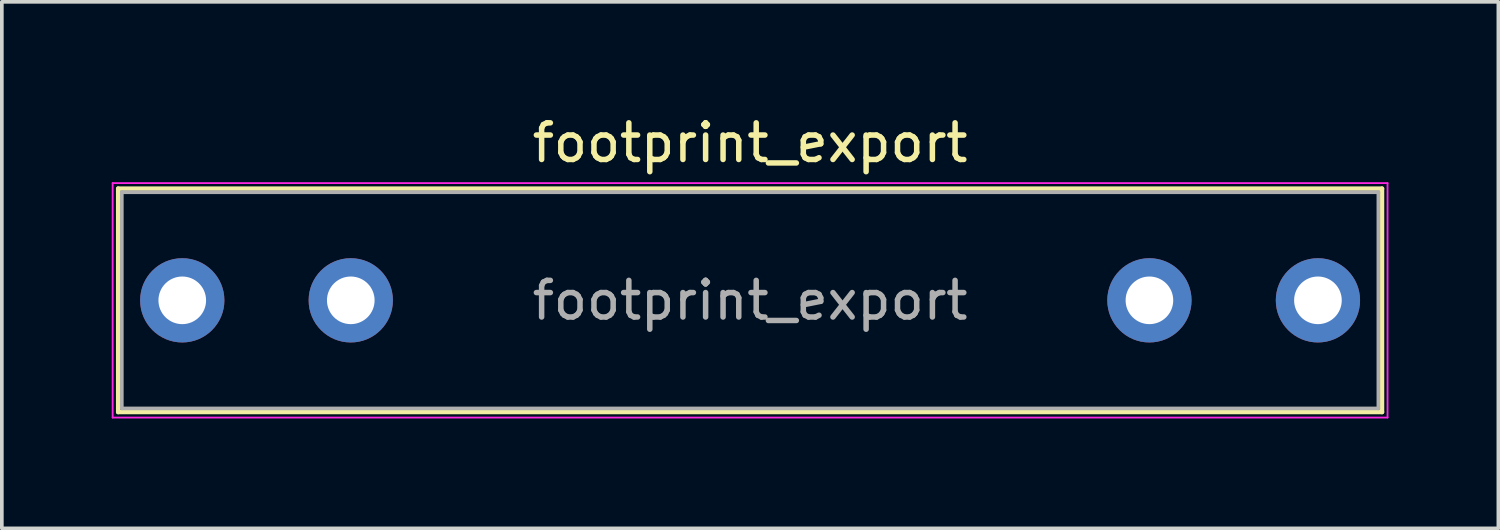
<source format=kicad_pcb>
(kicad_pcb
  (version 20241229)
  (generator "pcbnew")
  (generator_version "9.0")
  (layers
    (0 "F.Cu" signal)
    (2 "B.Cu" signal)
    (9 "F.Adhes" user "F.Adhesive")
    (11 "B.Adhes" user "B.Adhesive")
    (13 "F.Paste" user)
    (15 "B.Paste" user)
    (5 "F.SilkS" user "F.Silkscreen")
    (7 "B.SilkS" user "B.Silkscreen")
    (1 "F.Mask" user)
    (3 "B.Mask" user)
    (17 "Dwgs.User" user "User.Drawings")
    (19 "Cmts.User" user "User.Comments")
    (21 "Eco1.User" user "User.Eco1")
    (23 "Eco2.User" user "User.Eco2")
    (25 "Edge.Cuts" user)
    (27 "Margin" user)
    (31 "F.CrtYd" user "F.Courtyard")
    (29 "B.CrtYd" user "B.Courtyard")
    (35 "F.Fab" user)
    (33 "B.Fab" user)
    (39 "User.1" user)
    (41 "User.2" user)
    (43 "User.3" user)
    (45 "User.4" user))
  (footprint "footprint_export"
    (layer "F.Cu")
    (at 1.925 5.148)
    (property "Reference" "footprint_export" (at 15.5 -4.3 0) (unlocked yes) (layer "F.SilkS") (effects (font (size 1 1) (thickness 0.15))))
    (attr through_hole)
    (fp_line (start -1.75 -3.05) (end 32.75 -3.05) (stroke (width 0.12) (type solid)) (layer "F.SilkS"))
    (fp_line (start -1.75 3.05) (end -1.75 -3.05) (stroke (width 0.12) (type solid)) (layer "F.SilkS"))
    (fp_line (start 32.75 -3.05) (end 32.75 3.05) (stroke (width 0.12) (type solid)) (layer "F.SilkS"))
    (fp_line (start 32.75 3.05) (end -1.75 3.05) (stroke (width 0.12) (type solid)) (layer "F.SilkS"))
    (fp_line (start -1.9 -3.2) (end 32.9 -3.2) (stroke (width 0.05) (type solid)) (layer "F.CrtYd"))
    (fp_line (start -1.9 3.2) (end -1.9 -3.2) (stroke (width 0.05) (type solid)) (layer "F.CrtYd"))
    (fp_line (start 32.9 -3.2) (end 32.9 3.2) (stroke (width 0.05) (type solid)) (layer "F.CrtYd"))
    (fp_line (start 32.9 3.2) (end -1.9 3.2) (stroke (width 0.05) (type solid)) (layer "F.CrtYd"))
    (fp_line (start -1.65 -2.95) (end 32.65 -2.95) (stroke (width 0.1) (type solid)) (layer "F.Fab"))
    (fp_line (start -1.65 2.95) (end -1.65 -2.95) (stroke (width 0.1) (type solid)) (layer "F.Fab"))
    (fp_line (start 32.65 -2.95) (end 32.65 2.95) (stroke (width 0.1) (type solid)) (layer "F.Fab"))
    (fp_line (start 32.65 2.95) (end -1.65 2.95) (stroke (width 0.1) (type solid)) (layer "F.Fab"))
    (fp_text user "${REFERENCE}" (at 15.5 0 0) (unlocked yes) (layer "F.Fab") (effects (font (size 1 1) (thickness 0.15))))
    (pad "1" thru_hole circle (at 0 0) (size 2.3 2.3) (drill 1.3) (layers "*.Cu" "*.Mask"))
    (pad "1" thru_hole circle (at 4.6 0) (size 2.3 2.3) (drill 1.3) (layers "*.Cu" "*.Mask"))
    (pad "2" thru_hole circle (at 26.4 0) (size 2.3 2.3) (drill 1.3) (layers "*.Cu" "*.Mask"))
    (pad "2" thru_hole circle (at 31 0) (size 2.3 2.3) (drill 1.3) (layers "*.Cu" "*.Mask")))
  (gr_rect
    (start -3 -3)
    (end 37.85 11.373)
    (stroke (width 0.1) (type default))
    (fill no)
    (layer "Edge.Cuts")))
</source>
